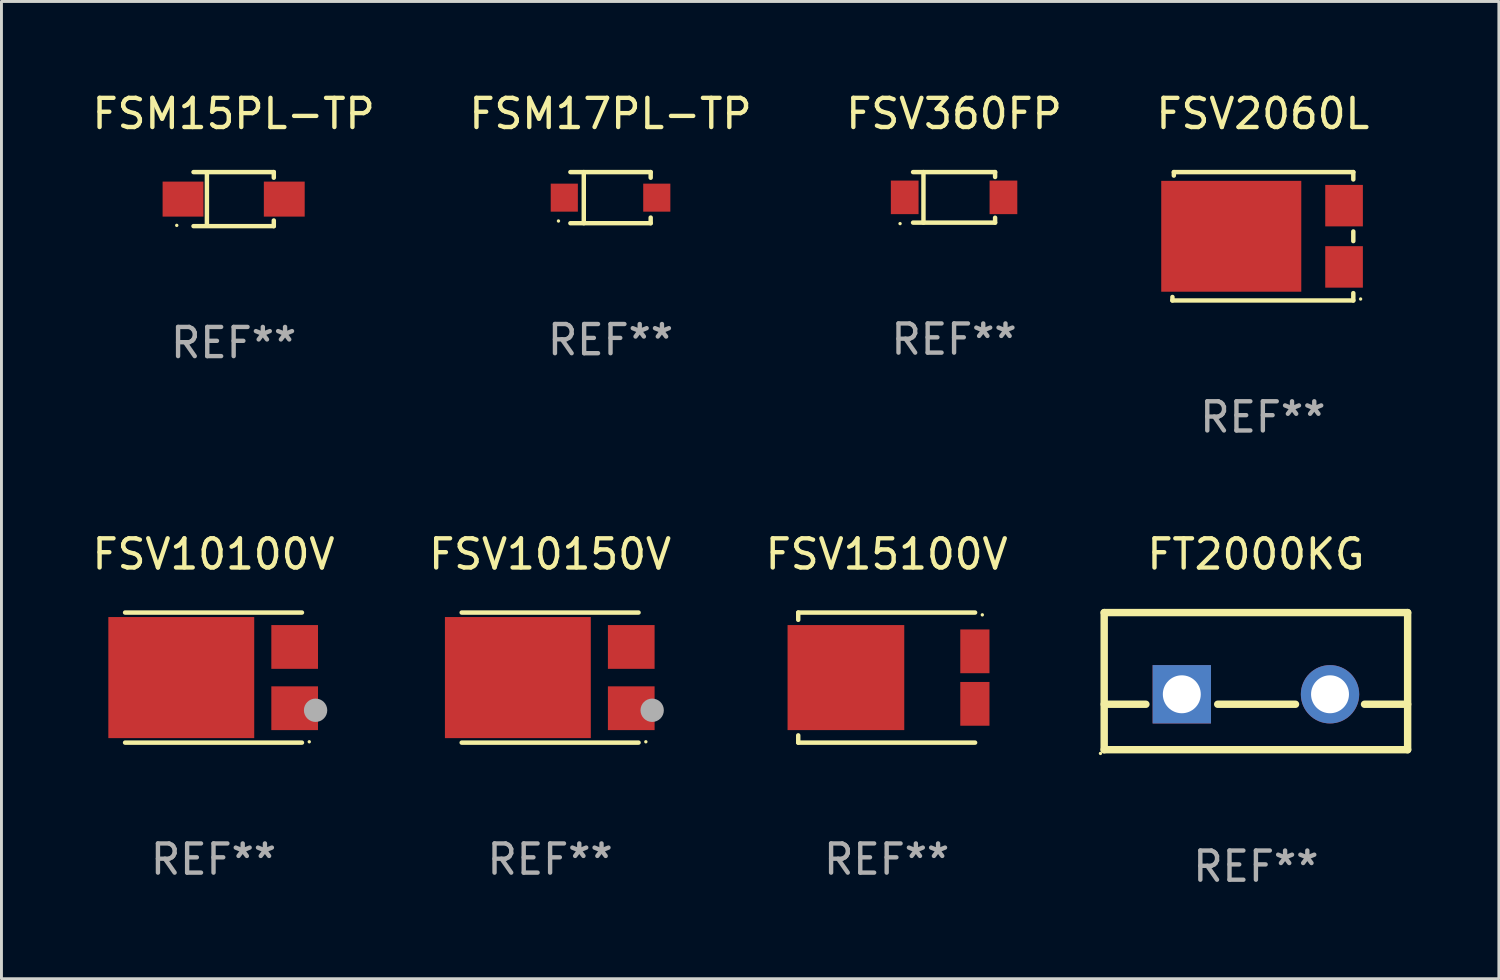
<source format=kicad_pcb>
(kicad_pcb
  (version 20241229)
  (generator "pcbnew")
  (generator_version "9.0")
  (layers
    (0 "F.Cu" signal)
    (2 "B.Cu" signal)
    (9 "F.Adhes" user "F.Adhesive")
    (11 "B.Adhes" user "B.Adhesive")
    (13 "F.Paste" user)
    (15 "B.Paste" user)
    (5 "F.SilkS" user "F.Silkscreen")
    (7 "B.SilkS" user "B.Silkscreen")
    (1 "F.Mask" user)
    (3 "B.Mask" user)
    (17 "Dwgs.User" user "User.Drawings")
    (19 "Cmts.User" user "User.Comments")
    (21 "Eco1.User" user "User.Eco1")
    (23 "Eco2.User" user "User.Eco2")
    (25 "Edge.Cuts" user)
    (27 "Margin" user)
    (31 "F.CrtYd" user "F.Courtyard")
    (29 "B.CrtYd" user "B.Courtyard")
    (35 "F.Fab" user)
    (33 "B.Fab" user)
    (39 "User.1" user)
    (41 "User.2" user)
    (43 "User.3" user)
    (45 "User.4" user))
  (footprint "FSV10150V"
    (layer "F.Cu")
    (at 15.804 20.173)
    (property "Reference" "FSV10150V" (at 0 -4.229 0) (layer "F.SilkS") (effects (font (size 1 1) (thickness 0.15))))
    (attr through_hole)
    (fp_line (start 3.031 -2.229) (end -3.031 -2.229) (stroke (width 0.152) (type solid)) (layer "F.SilkS"))
    (fp_line (start 3.031 2.229) (end -3.031 2.229) (stroke (width 0.152) (type solid)) (layer "F.SilkS"))
    (fp_circle (center 3.281 2.2) (end 3.311 2.2) (stroke (width 0.06) (type solid)) (fill no) (layer "F.SilkS"))
    (fp_circle (center 3.498 1.12) (end 3.698 1.12) (stroke (width 0.4) (type solid)) (fill no) (layer "F.Fab"))
    (fp_text user "REF**" (at 0 6.229 0) (layer "F.Fab") (effects (font (size 1 1) (thickness 0.15))))
    (pad "1" smd rect (at 2.781 1.05) (size 1.6 1.5) (layers "F.Cu" "F.Mask" "F.Paste"))
    (pad "2" smd rect (at 2.781 -1.05) (size 1.6 1.5) (layers "F.Cu" "F.Mask" "F.Paste"))
    (pad "3" smd rect (at -1.105 0) (size 5 4.15) (layers "F.Cu" "F.Mask" "F.Paste")))
  (footprint "FSV2060L"
    (layer "F.Cu")
    (at 40.232 5.048)
    (property "Reference" "FSV2060L" (at 0 -4.2 0) (layer "F.SilkS") (effects (font (size 1 1) (thickness 0.15))))
    (attr through_hole)
    (fp_line (start -3.1 2.2) (end -3.099 2.08) (stroke (width 0.152) (type solid)) (layer "F.SilkS"))
    (fp_line (start -3.051 -2.08) (end -3.05 -2.2) (stroke (width 0.152) (type solid)) (layer "F.SilkS"))
    (fp_line (start -3.05 -2.2) (end 3.1 -2.2) (stroke (width 0.152) (type solid)) (layer "F.SilkS"))
    (fp_line (start 3.1 -2.2) (end 3.1 -1.948) (stroke (width 0.152) (type solid)) (layer "F.SilkS"))
    (fp_line (start 3.1 -0.165) (end 3.1 0.165) (stroke (width 0.152) (type solid)) (layer "F.SilkS"))
    (fp_line (start 3.1 1.948) (end 3.1 2.2) (stroke (width 0.152) (type solid)) (layer "F.SilkS"))
    (fp_line (start 3.1 2.2) (end -3.1 2.2) (stroke (width 0.152) (type solid)) (layer "F.SilkS"))
    (fp_circle (center 3.35 2.15) (end 3.38 2.15) (stroke (width 0.06) (type solid)) (fill no) (layer "F.SilkS"))
    (fp_text user "REF**" (at 0 6.2 0) (layer "F.Fab") (effects (font (size 1 1) (thickness 0.15))))
    (pad "1" smd rect (at 2.783 1.05) (size 1.29 1.422) (layers "F.Cu" "F.Mask" "F.Paste"))
    (pad "2" smd rect (at 2.783 -1.05) (size 1.29 1.422) (layers "F.Cu" "F.Mask" "F.Paste"))
    (pad "3" smd rect (at -1.083 0 90) (size 3.8 4.8) (layers "F.Cu" "F.Mask" "F.Paste")))
  (footprint "FSM17PL-TP"
    (layer "F.Cu")
    (at 17.875 3.724)
    (property "Reference" "FSM17PL-TP" (at 0 -2.876 0) (layer "F.SilkS") (effects (font (size 1 1) (thickness 0.15))))
    (attr through_hole)
    (fp_line (start -1.376 -0.876) (end 1.376 -0.876) (stroke (width 0.152) (type solid)) (layer "F.SilkS"))
    (fp_line (start -1.376 0.876) (end 1.376 0.876) (stroke (width 0.152) (type solid)) (layer "F.SilkS"))
    (fp_line (start -0.917 -0.876) (end -0.917 0.876) (stroke (width 0.152) (type solid)) (layer "F.SilkS"))
    (fp_line (start 1.376 -0.876) (end 1.376 -0.683) (stroke (width 0.152) (type solid)) (layer "F.SilkS"))
    (fp_line (start 1.376 0.876) (end 1.376 0.683) (stroke (width 0.152) (type solid)) (layer "F.SilkS"))
    (fp_circle (center -1.785 0.8) (end -1.755 0.8) (stroke (width 0.06) (type solid)) (fill no) (layer "F.SilkS"))
    (fp_text user "REF**" (at 0 4.876 0) (layer "F.Fab") (effects (font (size 1 1) (thickness 0.15))))
    (pad "1" smd rect (at -1.585 0 180) (size 0.93 0.96) (layers "F.Cu" "F.Mask" "F.Paste"))
    (pad "2" smd rect (at 1.585 0 180) (size 0.93 0.96) (layers "F.Cu" "F.Mask" "F.Paste")))
  (footprint "FT2000KG"
    (layer "F.Cu")
    (at 39.994 20.295)
    (property "Reference" "FT2000KG" (at 0 -4.35 0) (layer "F.SilkS") (effects (font (size 1 1) (thickness 0.15))))
    (attr through_hole)
    (fp_line (start -5.2 -2.35) (end -5.2 2.35) (stroke (width 0.254) (type solid)) (layer "F.SilkS"))
    (fp_line (start -5.2 -2.35) (end 5.2 -2.35) (stroke (width 0.254) (type solid)) (layer "F.SilkS"))
    (fp_line (start -5.2 0.792) (end -3.771 0.792) (stroke (width 0.254) (type solid)) (layer "F.SilkS"))
    (fp_line (start -5.2 2.35) (end 5.2 2.35) (stroke (width 0.254) (type solid)) (layer "F.SilkS"))
    (fp_line (start -1.309 0.792) (end 1.357 0.792) (stroke (width 0.254) (type solid)) (layer "F.SilkS"))
    (fp_line (start 3.723 0.792) (end 5.2 0.792) (stroke (width 0.254) (type solid)) (layer "F.SilkS"))
    (fp_line (start 5.2 -2.35) (end 5.2 2.35) (stroke (width 0.254) (type solid)) (layer "F.SilkS"))
    (fp_circle (center -5.327 2.477) (end -5.297 2.477) (stroke (width 0.06) (type solid)) (fill no) (layer "F.SilkS"))
    (fp_text user "REF**" (at 0 6.35 0) (layer "F.Fab") (effects (font (size 1 1) (thickness 0.15))))
    (pad "1" thru_hole rect (at -2.54 0.45) (size 2 2) (drill 1.3) (layers "*.Cu" "*.Mask"))
    (pad "2" thru_hole circle (at 2.54 0.45) (size 2 2) (drill 1.3) (layers "*.Cu" "*.Mask")))
  (footprint "FSM15PL-TP"
    (layer "F.Cu")
    (at 4.958 3.774)
    (property "Reference" "FSM15PL-TP" (at 0 -2.926 0) (layer "F.SilkS") (effects (font (size 1 1) (thickness 0.15))))
    (attr through_hole)
    (fp_line (start -1.376 -0.926) (end 1.376 -0.926) (stroke (width 0.152) (type solid)) (layer "F.SilkS"))
    (fp_line (start -1.376 0.926) (end 1.376 0.926) (stroke (width 0.152) (type solid)) (layer "F.SilkS"))
    (fp_line (start -0.917 -0.876) (end -0.917 0.876) (stroke (width 0.152) (type solid)) (layer "F.SilkS"))
    (fp_line (start 1.376 -0.926) (end 1.376 -0.733) (stroke (width 0.152) (type solid)) (layer "F.SilkS"))
    (fp_line (start 1.376 0.926) (end 1.376 0.733) (stroke (width 0.152) (type solid)) (layer "F.SilkS"))
    (fp_circle (center -1.95 0.9) (end -1.92 0.9) (stroke (width 0.06) (type solid)) (fill no) (layer "F.SilkS"))
    (fp_text user "REF**" (at 0 4.926 0) (layer "F.Fab") (effects (font (size 1 1) (thickness 0.15))))
    (pad "1" smd rect (at -1.735 0) (size 1.4 1.2) (layers "F.Cu" "F.Mask" "F.Paste"))
    (pad "2" smd rect (at 1.735 0) (size 1.4 1.2) (layers "F.Cu" "F.Mask" "F.Paste")))
  (footprint "FSV10100V"
    (layer "F.Cu")
    (at 4.268 20.173)
    (property "Reference" "FSV10100V" (at 0 -4.229 0) (layer "F.SilkS") (effects (font (size 1 1) (thickness 0.15))))
    (attr through_hole)
    (fp_line (start 3.031 -2.229) (end -3.031 -2.229) (stroke (width 0.152) (type solid)) (layer "F.SilkS"))
    (fp_line (start 3.031 2.229) (end -3.031 2.229) (stroke (width 0.152) (type solid)) (layer "F.SilkS"))
    (fp_circle (center 3.281 2.2) (end 3.311 2.2) (stroke (width 0.06) (type solid)) (fill no) (layer "F.SilkS"))
    (fp_circle (center 3.498 1.12) (end 3.698 1.12) (stroke (width 0.4) (type solid)) (fill no) (layer "F.Fab"))
    (fp_text user "REF**" (at 0 6.229 0) (layer "F.Fab") (effects (font (size 1 1) (thickness 0.15))))
    (pad "1" smd rect (at 2.781 1.05) (size 1.6 1.5) (layers "F.Cu" "F.Mask" "F.Paste"))
    (pad "2" smd rect (at 2.781 -1.05) (size 1.6 1.5) (layers "F.Cu" "F.Mask" "F.Paste"))
    (pad "3" smd rect (at -1.105 0) (size 5 4.15) (layers "F.Cu" "F.Mask" "F.Paste")))
  (footprint "FSV360FP"
    (layer "F.Cu")
    (at 29.649 3.714)
    (property "Reference" "FSV360FP" (at 0 -2.866 0) (layer "F.SilkS") (effects (font (size 1 1) (thickness 0.15))))
    (attr through_hole)
    (fp_line (start -1.406 -0.866) (end 1.406 -0.866) (stroke (width 0.152) (type solid)) (layer "F.SilkS"))
    (fp_line (start -1.406 0.866) (end 1.406 0.866) (stroke (width 0.152) (type solid)) (layer "F.SilkS"))
    (fp_line (start -1.049 -0.866) (end -1.049 0.866) (stroke (width 0.152) (type solid)) (layer "F.SilkS"))
    (fp_line (start 1.406 -0.866) (end 1.406 -0.698) (stroke (width 0.152) (type solid)) (layer "F.SilkS"))
    (fp_line (start 1.406 0.866) (end 1.406 0.698) (stroke (width 0.152) (type solid)) (layer "F.SilkS"))
    (fp_circle (center -1.851 0.9) (end -1.821 0.9) (stroke (width 0.06) (type solid)) (fill no) (layer "F.SilkS"))
    (fp_text user "REF**" (at 0 4.866 0) (layer "F.Fab") (effects (font (size 1 1) (thickness 0.15))))
    (pad "1" smd rect (at -1.692 0) (size 0.95 1.15) (layers "F.Cu" "F.Mask" "F.Paste"))
    (pad "2" smd rect (at 1.692 0) (size 0.95 1.15) (layers "F.Cu" "F.Mask" "F.Paste")))
  (footprint "FSV15100V"
    (layer "F.Cu")
    (at 27.339 20.173)
    (property "Reference" "FSV15100V" (at 0 -4.229 0) (layer "F.SilkS") (effects (font (size 1 1) (thickness 0.15))))
    (attr through_hole)
    (fp_line (start -3.031 -2.229) (end -3.031 -1.98) (stroke (width 0.152) (type solid)) (layer "F.SilkS"))
    (fp_line (start -3.031 1.98) (end -3.031 2.229) (stroke (width 0.152) (type solid)) (layer "F.SilkS"))
    (fp_line (start 3.031 -2.229) (end -3.031 -2.229) (stroke (width 0.152) (type solid)) (layer "F.SilkS"))
    (fp_line (start 3.031 2.229) (end -3.031 2.229) (stroke (width 0.152) (type solid)) (layer "F.SilkS"))
    (fp_circle (center 3.278 -2.15) (end 3.308 -2.15) (stroke (width 0.06) (type solid)) (fill no) (layer "F.SilkS"))
    (fp_text user "REF**" (at 0 6.229 0) (layer "F.Fab") (effects (font (size 1 1) (thickness 0.15))))
    (pad "1" smd rect (at 3.023 -0.9) (size 1 1.5) (layers "F.Cu" "F.Mask" "F.Paste"))
    (pad "2" smd rect (at 3.023 0.9) (size 1 1.5) (layers "F.Cu" "F.Mask" "F.Paste"))
    (pad "3" smd rect (at -1.397 0) (size 4 3.6) (layers "F.Cu" "F.Mask" "F.Paste")))
  (gr_rect
    (start -3 -3)
    (end 48.321 30.493)
    (stroke (width 0.1) (type default))
    (fill no)
    (layer "Edge.Cuts")))
</source>
